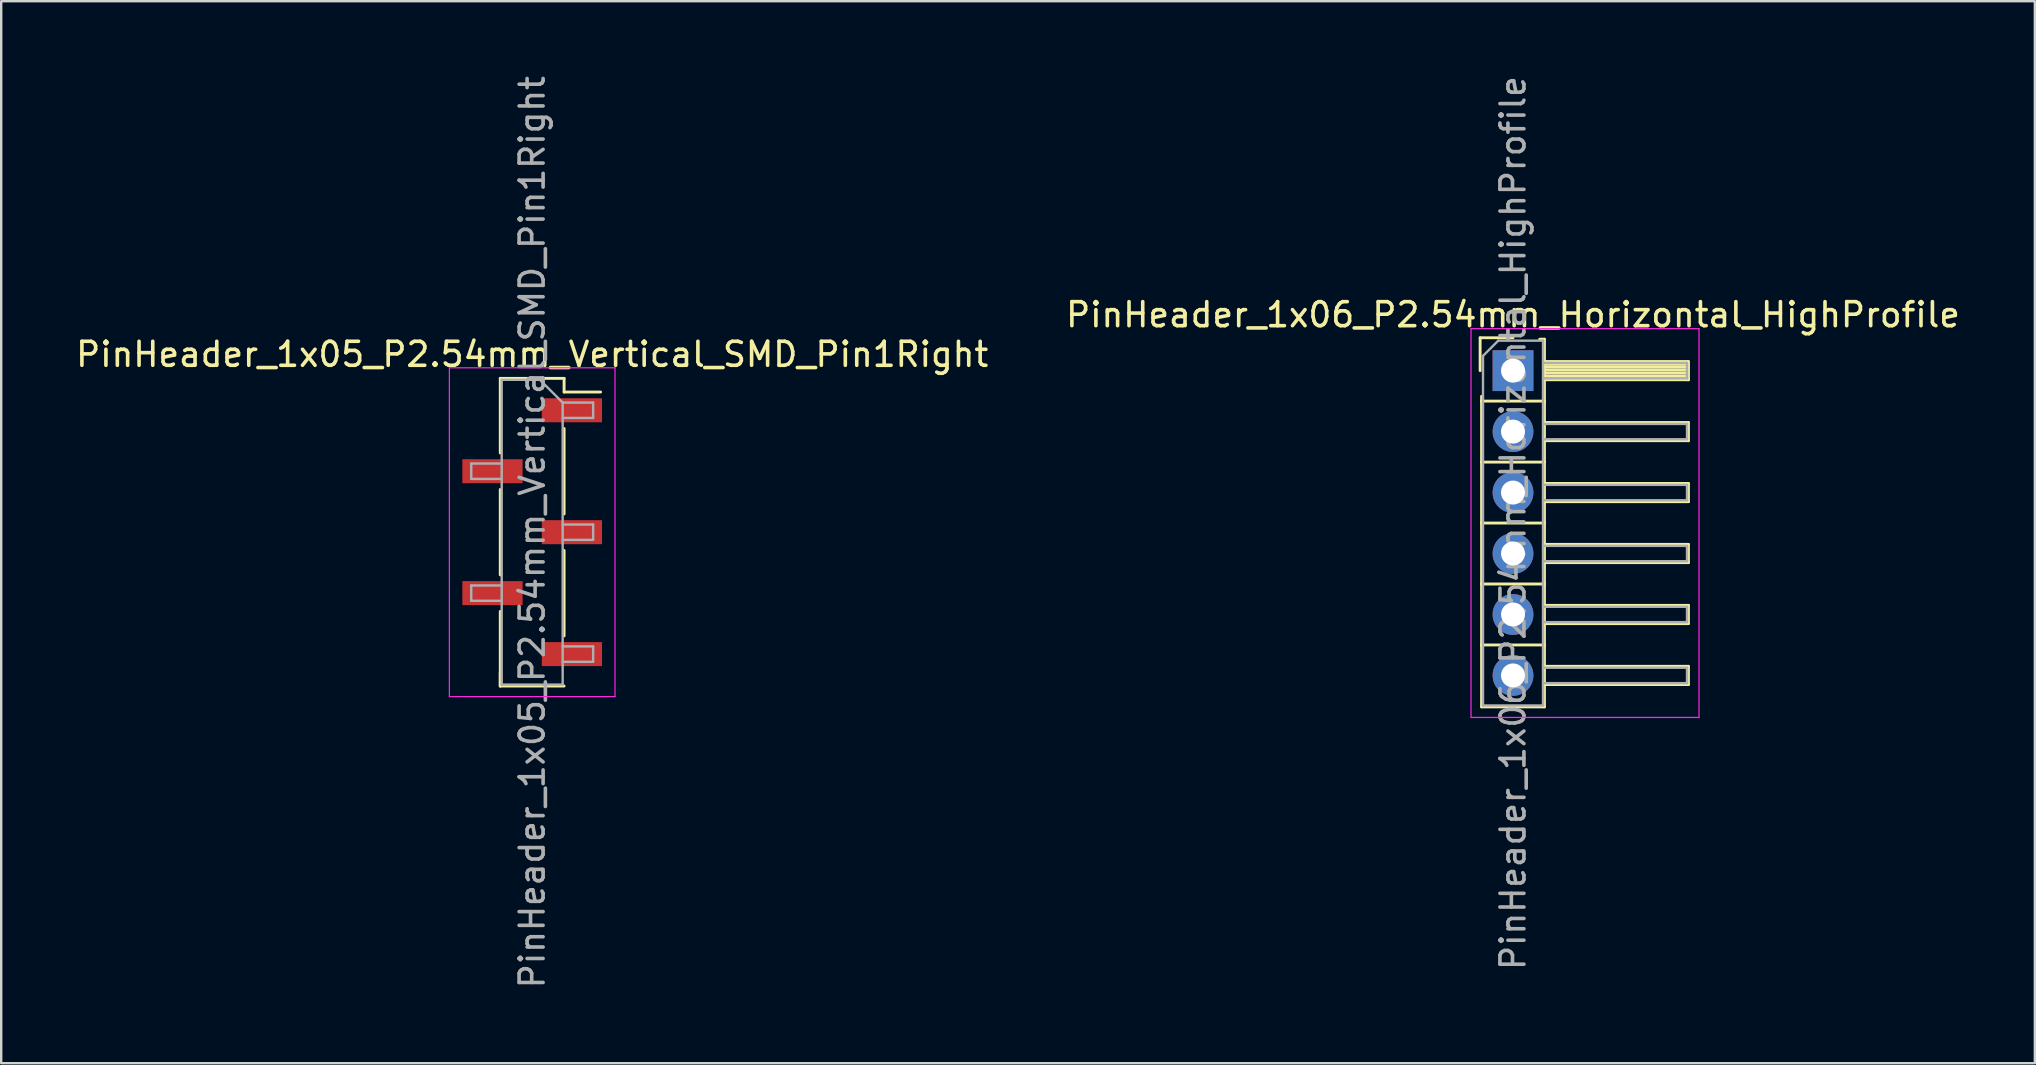
<source format=kicad_pcb>
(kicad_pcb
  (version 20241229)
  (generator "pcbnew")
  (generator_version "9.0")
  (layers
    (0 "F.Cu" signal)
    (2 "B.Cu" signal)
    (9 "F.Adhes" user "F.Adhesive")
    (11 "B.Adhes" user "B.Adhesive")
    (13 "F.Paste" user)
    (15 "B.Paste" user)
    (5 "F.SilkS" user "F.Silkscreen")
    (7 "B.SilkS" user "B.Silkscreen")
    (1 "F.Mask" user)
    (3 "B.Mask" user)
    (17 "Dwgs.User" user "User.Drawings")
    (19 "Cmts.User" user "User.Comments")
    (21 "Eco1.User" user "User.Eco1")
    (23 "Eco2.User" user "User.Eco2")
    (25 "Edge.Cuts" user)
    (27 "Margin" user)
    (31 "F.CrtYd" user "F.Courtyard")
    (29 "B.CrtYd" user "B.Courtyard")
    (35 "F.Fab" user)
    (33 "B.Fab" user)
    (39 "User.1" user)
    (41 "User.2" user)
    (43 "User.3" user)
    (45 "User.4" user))
  (footprint "PinHeader_1x05_P2.54mm_Vertical_SMD_Pin1Right"
    (layer "F.Cu")
    (at 19.125 19.125)
    (property "Reference" "PinHeader_1x05_P2.54mm_Vertical_SMD_Pin1Right" (at 0 -7.41 0) (layer "F.SilkS") (effects (font (size 1 1) (thickness 0.15))))
    (attr smd)
    (fp_line (start -1.33 -6.41) (end -1.33 -3.3) (stroke (width 0.12) (type solid)) (layer "F.SilkS"))
    (fp_line (start -1.33 -6.41) (end 1.33 -6.41) (stroke (width 0.12) (type solid)) (layer "F.SilkS"))
    (fp_line (start -1.33 -1.78) (end -1.33 1.78) (stroke (width 0.12) (type solid)) (layer "F.SilkS"))
    (fp_line (start -1.33 3.3) (end -1.33 6.41) (stroke (width 0.12) (type solid)) (layer "F.SilkS"))
    (fp_line (start -1.33 5.84) (end -1.33 6.41) (stroke (width 0.12) (type solid)) (layer "F.SilkS"))
    (fp_line (start -1.33 6.41) (end 1.33 6.41) (stroke (width 0.12) (type solid)) (layer "F.SilkS"))
    (fp_line (start 1.33 -6.41) (end 1.33 -5.84) (stroke (width 0.12) (type solid)) (layer "F.SilkS"))
    (fp_line (start 1.33 -5.84) (end 2.85 -5.84) (stroke (width 0.12) (type solid)) (layer "F.SilkS"))
    (fp_line (start 1.33 -4.32) (end 1.33 -0.76) (stroke (width 0.12) (type solid)) (layer "F.SilkS"))
    (fp_line (start 1.33 0.76) (end 1.33 4.32) (stroke (width 0.12) (type solid)) (layer "F.SilkS"))
    (fp_line (start -3.45 -6.85) (end -3.45 6.85) (stroke (width 0.05) (type solid)) (layer "F.CrtYd"))
    (fp_line (start -3.45 6.85) (end 3.45 6.85) (stroke (width 0.05) (type solid)) (layer "F.CrtYd"))
    (fp_line (start 3.45 -6.85) (end -3.45 -6.85) (stroke (width 0.05) (type solid)) (layer "F.CrtYd"))
    (fp_line (start 3.45 6.85) (end 3.45 -6.85) (stroke (width 0.05) (type solid)) (layer "F.CrtYd"))
    (fp_line (start -2.54 -2.86) (end -2.54 -2.22) (stroke (width 0.1) (type solid)) (layer "F.Fab"))
    (fp_line (start -2.54 -2.22) (end -1.27 -2.22) (stroke (width 0.1) (type solid)) (layer "F.Fab"))
    (fp_line (start -2.54 2.22) (end -2.54 2.86) (stroke (width 0.1) (type solid)) (layer "F.Fab"))
    (fp_line (start -2.54 2.86) (end -1.27 2.86) (stroke (width 0.1) (type solid)) (layer "F.Fab"))
    (fp_line (start -1.27 -6.35) (end -1.27 6.35) (stroke (width 0.1) (type solid)) (layer "F.Fab"))
    (fp_line (start -1.27 -6.35) (end 0.32 -6.35) (stroke (width 0.1) (type solid)) (layer "F.Fab"))
    (fp_line (start -1.27 -2.86) (end -2.54 -2.86) (stroke (width 0.1) (type solid)) (layer "F.Fab"))
    (fp_line (start -1.27 2.22) (end -2.54 2.22) (stroke (width 0.1) (type solid)) (layer "F.Fab"))
    (fp_line (start 1.27 -5.4) (end 0.32 -6.35) (stroke (width 0.1) (type solid)) (layer "F.Fab"))
    (fp_line (start 1.27 -5.4) (end 2.54 -5.4) (stroke (width 0.1) (type solid)) (layer "F.Fab"))
    (fp_line (start 1.27 -0.32) (end 2.54 -0.32) (stroke (width 0.1) (type solid)) (layer "F.Fab"))
    (fp_line (start 1.27 4.76) (end 2.54 4.76) (stroke (width 0.1) (type solid)) (layer "F.Fab"))
    (fp_line (start 1.27 6.35) (end -1.27 6.35) (stroke (width 0.1) (type solid)) (layer "F.Fab"))
    (fp_line (start 1.27 6.35) (end 1.27 -5.4) (stroke (width 0.1) (type solid)) (layer "F.Fab"))
    (fp_line (start 2.54 -5.4) (end 2.54 -4.76) (stroke (width 0.1) (type solid)) (layer "F.Fab"))
    (fp_line (start 2.54 -4.76) (end 1.27 -4.76) (stroke (width 0.1) (type solid)) (layer "F.Fab"))
    (fp_line (start 2.54 -0.32) (end 2.54 0.32) (stroke (width 0.1) (type solid)) (layer "F.Fab"))
    (fp_line (start 2.54 0.32) (end 1.27 0.32) (stroke (width 0.1) (type solid)) (layer "F.Fab"))
    (fp_line (start 2.54 4.76) (end 2.54 5.4) (stroke (width 0.1) (type solid)) (layer "F.Fab"))
    (fp_line (start 2.54 5.4) (end 1.27 5.4) (stroke (width 0.1) (type solid)) (layer "F.Fab"))
    (fp_text user "${REFERENCE}" (at 0 0 90) (layer "F.Fab") (effects (font (size 1 1) (thickness 0.15))))
    (pad "1" smd rect (at 1.655 -5.08) (size 2.51 1) (layers "F.Cu" "F.Mask" "F.Paste"))
    (pad "2" smd rect (at -1.655 -2.54) (size 2.51 1) (layers "F.Cu" "F.Mask" "F.Paste"))
    (pad "3" smd rect (at 1.655 0) (size 2.51 1) (layers "F.Cu" "F.Mask" "F.Paste"))
    (pad "4" smd rect (at -1.655 2.54) (size 2.51 1) (layers "F.Cu" "F.Mask" "F.Paste"))
    (pad "5" smd rect (at 1.655 5.08) (size 2.51 1) (layers "F.Cu" "F.Mask" "F.Paste")))
  (footprint "PinHeader_1x06_P2.54mm_Horizontal_HighProfile"
    (layer "F.Cu")
    (at 59.994 12.394)
    (property "Reference" "PinHeader_1x06_P2.54mm_Horizontal_HighProfile" (at 0 -2.33 0) (layer "F.SilkS") (effects (font (size 1 1) (thickness 0.15))))
    (attr through_hole)
    (fp_line (start -1.37 -1.37) (end -1.37 0) (stroke (width 0.12) (type solid)) (layer "F.SilkS"))
    (fp_line (start -1.37 -1.37) (end 0 -1.37) (stroke (width 0.12) (type solid)) (layer "F.SilkS"))
    (fp_line (start -1.31 1.27) (end -1.31 1.07) (stroke (width 0.12) (type solid)) (layer "F.SilkS"))
    (fp_line (start -1.31 1.27) (end -1.31 3.81) (stroke (width 0.12) (type solid)) (layer "F.SilkS"))
    (fp_line (start -1.31 1.27) (end 1.31 1.27) (stroke (width 0.12) (type solid)) (layer "F.SilkS"))
    (fp_line (start -1.31 3.81) (end -1.31 6.35) (stroke (width 0.12) (type solid)) (layer "F.SilkS"))
    (fp_line (start -1.31 3.81) (end 1.31 3.81) (stroke (width 0.12) (type solid)) (layer "F.SilkS"))
    (fp_line (start -1.31 6.35) (end -1.31 8.89) (stroke (width 0.12) (type solid)) (layer "F.SilkS"))
    (fp_line (start -1.31 6.35) (end 1.31 6.35) (stroke (width 0.12) (type solid)) (layer "F.SilkS"))
    (fp_line (start -1.31 8.89) (end -1.31 11.43) (stroke (width 0.12) (type solid)) (layer "F.SilkS"))
    (fp_line (start -1.31 8.89) (end 1.31 8.89) (stroke (width 0.12) (type solid)) (layer "F.SilkS"))
    (fp_line (start -1.31 11.43) (end -1.31 14.01) (stroke (width 0.12) (type solid)) (layer "F.SilkS"))
    (fp_line (start -1.31 11.43) (end 1.31 11.43) (stroke (width 0.12) (type solid)) (layer "F.SilkS"))
    (fp_line (start -1.31 14.01) (end 1.31 14.01) (stroke (width 0.12) (type solid)) (layer "F.SilkS"))
    (fp_line (start 1.11 -1.31) (end 1.31 -1.31) (stroke (width 0.12) (type solid)) (layer "F.SilkS"))
    (fp_line (start 1.31 -1.31) (end 1.31 1.31) (stroke (width 0.12) (type solid)) (layer "F.SilkS"))
    (fp_line (start 1.31 -0.38) (end 7.31 -0.38) (stroke (width 0.12) (type solid)) (layer "F.SilkS"))
    (fp_line (start 1.31 -0.26) (end 7.31 -0.26) (stroke (width 0.12) (type solid)) (layer "F.SilkS"))
    (fp_line (start 1.31 -0.14) (end 7.31 -0.14) (stroke (width 0.12) (type solid)) (layer "F.SilkS"))
    (fp_line (start 1.31 -0.02) (end 7.31 -0.02) (stroke (width 0.12) (type solid)) (layer "F.SilkS"))
    (fp_line (start 1.31 0.1) (end 7.31 0.1) (stroke (width 0.12) (type solid)) (layer "F.SilkS"))
    (fp_line (start 1.31 0.22) (end 7.31 0.22) (stroke (width 0.12) (type solid)) (layer "F.SilkS"))
    (fp_line (start 1.31 0.34) (end 7.31 0.34) (stroke (width 0.12) (type solid)) (layer "F.SilkS"))
    (fp_line (start 1.31 0.38) (end 7.31 0.38) (stroke (width 0.12) (type solid)) (layer "F.SilkS"))
    (fp_line (start 1.31 1.27) (end 1.31 3.81) (stroke (width 0.12) (type solid)) (layer "F.SilkS"))
    (fp_line (start 1.31 2.16) (end 7.31 2.16) (stroke (width 0.12) (type solid)) (layer "F.SilkS"))
    (fp_line (start 1.31 2.92) (end 7.31 2.92) (stroke (width 0.12) (type solid)) (layer "F.SilkS"))
    (fp_line (start 1.31 3.81) (end 1.31 6.35) (stroke (width 0.12) (type solid)) (layer "F.SilkS"))
    (fp_line (start 1.31 4.7) (end 7.31 4.7) (stroke (width 0.12) (type solid)) (layer "F.SilkS"))
    (fp_line (start 1.31 5.46) (end 7.31 5.46) (stroke (width 0.12) (type solid)) (layer "F.SilkS"))
    (fp_line (start 1.31 6.35) (end 1.31 8.89) (stroke (width 0.12) (type solid)) (layer "F.SilkS"))
    (fp_line (start 1.31 7.24) (end 7.31 7.24) (stroke (width 0.12) (type solid)) (layer "F.SilkS"))
    (fp_line (start 1.31 8) (end 7.31 8) (stroke (width 0.12) (type solid)) (layer "F.SilkS"))
    (fp_line (start 1.31 8.89) (end 1.31 11.43) (stroke (width 0.12) (type solid)) (layer "F.SilkS"))
    (fp_line (start 1.31 9.78) (end 7.31 9.78) (stroke (width 0.12) (type solid)) (layer "F.SilkS"))
    (fp_line (start 1.31 10.54) (end 7.31 10.54) (stroke (width 0.12) (type solid)) (layer "F.SilkS"))
    (fp_line (start 1.31 11.43) (end 1.31 14.01) (stroke (width 0.12) (type solid)) (layer "F.SilkS"))
    (fp_line (start 1.31 12.32) (end 7.31 12.32) (stroke (width 0.12) (type solid)) (layer "F.SilkS"))
    (fp_line (start 1.31 13.08) (end 7.31 13.08) (stroke (width 0.12) (type solid)) (layer "F.SilkS"))
    (fp_line (start 7.31 -0.38) (end 7.31 0.38) (stroke (width 0.12) (type solid)) (layer "F.SilkS"))
    (fp_line (start 7.31 2.16) (end 7.31 2.92) (stroke (width 0.12) (type solid)) (layer "F.SilkS"))
    (fp_line (start 7.31 4.7) (end 7.31 5.46) (stroke (width 0.12) (type solid)) (layer "F.SilkS"))
    (fp_line (start 7.31 7.24) (end 7.31 8) (stroke (width 0.12) (type solid)) (layer "F.SilkS"))
    (fp_line (start 7.31 9.78) (end 7.31 10.54) (stroke (width 0.12) (type solid)) (layer "F.SilkS"))
    (fp_line (start 7.31 12.32) (end 7.31 13.08) (stroke (width 0.12) (type solid)) (layer "F.SilkS"))
    (fp_line (start -1.75 -1.75) (end -1.75 14.45) (stroke (width 0.05) (type solid)) (layer "F.CrtYd"))
    (fp_line (start -1.75 -1.75) (end 7.75 -1.75) (stroke (width 0.05) (type solid)) (layer "F.CrtYd"))
    (fp_line (start -1.75 14.45) (end 7.75 14.45) (stroke (width 0.05) (type solid)) (layer "F.CrtYd"))
    (fp_line (start 7.75 -1.75) (end 7.75 14.45) (stroke (width 0.05) (type solid)) (layer "F.CrtYd"))
    (fp_line (start -1.25 -0.615) (end -1.25 13.95) (stroke (width 0.1) (type solid)) (layer "F.Fab"))
    (fp_line (start -1.25 -0.615) (end -0.615 -1.25) (stroke (width 0.1) (type solid)) (layer "F.Fab"))
    (fp_line (start -1.25 13.95) (end 1.25 13.95) (stroke (width 0.1) (type solid)) (layer "F.Fab"))
    (fp_line (start -0.615 -1.25) (end 1.25 -1.25) (stroke (width 0.1) (type solid)) (layer "F.Fab"))
    (fp_line (start 1.25 -1.25) (end 1.25 13.95) (stroke (width 0.1) (type solid)) (layer "F.Fab"))
    (fp_line (start 1.25 -0.32) (end 7.25 -0.32) (stroke (width 0.1) (type solid)) (layer "F.Fab"))
    (fp_line (start 1.25 0.32) (end 7.25 0.32) (stroke (width 0.1) (type solid)) (layer "F.Fab"))
    (fp_line (start 1.25 2.22) (end 7.25 2.22) (stroke (width 0.1) (type solid)) (layer "F.Fab"))
    (fp_line (start 1.25 2.86) (end 7.25 2.86) (stroke (width 0.1) (type solid)) (layer "F.Fab"))
    (fp_line (start 1.25 4.76) (end 7.25 4.76) (stroke (width 0.1) (type solid)) (layer "F.Fab"))
    (fp_line (start 1.25 5.4) (end 7.25 5.4) (stroke (width 0.1) (type solid)) (layer "F.Fab"))
    (fp_line (start 1.25 7.3) (end 7.25 7.3) (stroke (width 0.1) (type solid)) (layer "F.Fab"))
    (fp_line (start 1.25 7.94) (end 7.25 7.94) (stroke (width 0.1) (type solid)) (layer "F.Fab"))
    (fp_line (start 1.25 9.84) (end 7.25 9.84) (stroke (width 0.1) (type solid)) (layer "F.Fab"))
    (fp_line (start 1.25 10.48) (end 7.25 10.48) (stroke (width 0.1) (type solid)) (layer "F.Fab"))
    (fp_line (start 1.25 12.38) (end 7.25 12.38) (stroke (width 0.1) (type solid)) (layer "F.Fab"))
    (fp_line (start 1.25 13.02) (end 7.25 13.02) (stroke (width 0.1) (type solid)) (layer "F.Fab"))
    (fp_line (start 7.25 -0.32) (end 7.25 0.32) (stroke (width 0.1) (type solid)) (layer "F.Fab"))
    (fp_line (start 7.25 2.22) (end 7.25 2.86) (stroke (width 0.1) (type solid)) (layer "F.Fab"))
    (fp_line (start 7.25 4.76) (end 7.25 5.4) (stroke (width 0.1) (type solid)) (layer "F.Fab"))
    (fp_line (start 7.25 7.3) (end 7.25 7.94) (stroke (width 0.1) (type solid)) (layer "F.Fab"))
    (fp_line (start 7.25 9.84) (end 7.25 10.48) (stroke (width 0.1) (type solid)) (layer "F.Fab"))
    (fp_line (start 7.25 12.38) (end 7.25 13.02) (stroke (width 0.1) (type solid)) (layer "F.Fab"))
    (fp_text user "${REFERENCE}" (at 0 6.35 90) (layer "F.Fab") (effects (font (size 1 1) (thickness 0.15))))
    (pad "1" thru_hole rect (at 0 0) (size 1.7 1.7) (drill 1) (layers "*.Cu" "*.Mask"))
    (pad "2" thru_hole oval (at 0 2.54) (size 1.7 1.7) (drill 1) (layers "*.Cu" "*.Mask"))
    (pad "3" thru_hole oval (at 0 5.08) (size 1.7 1.7) (drill 1) (layers "*.Cu" "*.Mask"))
    (pad "4" thru_hole oval (at 0 7.62) (size 1.7 1.7) (drill 1) (layers "*.Cu" "*.Mask"))
    (pad "5" thru_hole oval (at 0 10.16) (size 1.7 1.7) (drill 1) (layers "*.Cu" "*.Mask"))
    (pad "6" thru_hole oval (at 0 12.7) (size 1.7 1.7) (drill 1) (layers "*.Cu" "*.Mask")))
  (gr_rect
    (start -3 -3)
    (end 81.738 41.25)
    (stroke (width 0.1) (type default))
    (fill no)
    (layer "Edge.Cuts")))
</source>
